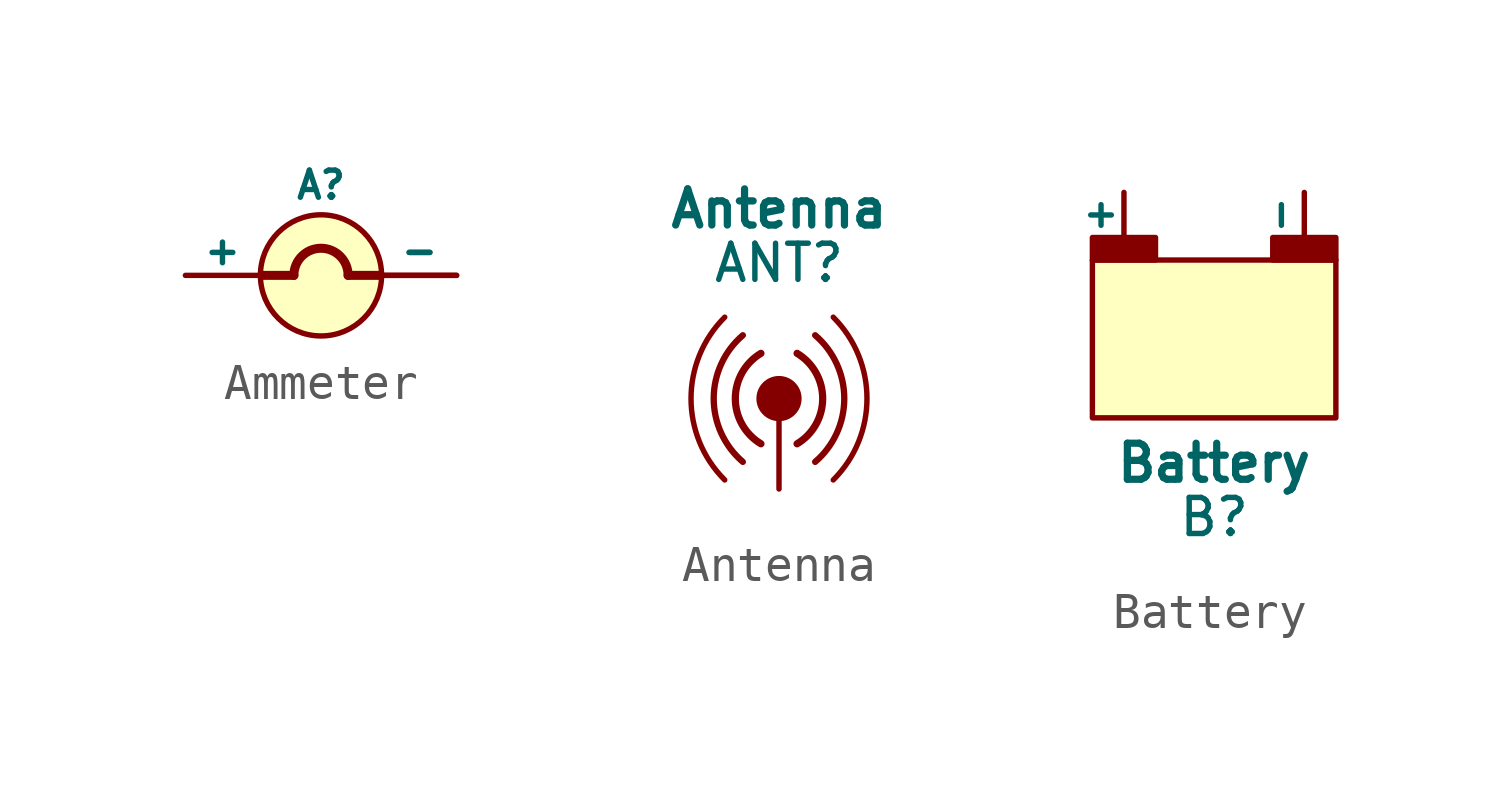
<source format=kicad_sym>
(kicad_symbol_lib
  (version 20231120)
  (generator "kicad_symbol_editor")
  (generator_version "8.0")
  (symbol "Ammeter"
    (pin_numbers hide)
    (pin_names
      (offset 0))
    (property "Reference" "A"
      (at 0 2.54 0)
      (effects (font (size 0.762 0.762) (bold yes))))
    (symbol "Ammeter_0_1"
      (polyline (pts (xy -1.651 0) (xy -0.762 0)) (stroke (width 0.254) (type solid)) (fill (type none)))
      (polyline (pts (xy 0.762 0) (xy 1.651 0)) (stroke (width 0.254) (type solid)) (fill (type none)))
      (arc (start 0.762 0) (mid 0 0.7587) (end -0.762 0) (stroke (width 0.254) (type solid)) (fill (type none))))
    (symbol "Ammeter_1_1"
      (circle (center 0 0) (radius 1.702) (stroke (width 0) (type solid)) (fill (type background)))
      (pin power_out line (at -3.81 0 0) (length 2.083) (name "+" (effects (font (size 0.762 0.762)))) (number "1" (effects (font (size 0.762 0.762)))))
      (pin power_out line (at 3.81 0 180) (length 2.083) (name "-" (effects (font (size 0.762 0.762)))) (number "2" (effects (font (size 0.762 0.762)))))
      (pin power_out line (at 3.81 0 180) (length 2.083) (name "-" (effects (font (size 0.762 0.762)))) (number "2" (effects (font (size 0.762 0.762)))))))
  (symbol "Antenna"
    (pin_numbers hide)
    (pin_names
      (offset 0) hide)
    (property "Reference" "ANT"
      (at 0 3.81 0)
      (effects (font (size 1.016 1.016))))
    (property "Value" "Antenna"
      (at 0 5.334 0)
      (effects (font (size 1.016 1.016) (bold yes))))
    (symbol "Antenna_0_1"
      (arc (start -1.524 2.286) (mid -2.4709 0) (end -1.524 -2.286) (stroke (width 0.1524) (type solid)) (fill (type none)))
      (arc (start -1.016 1.778) (mid -1.8338 0) (end -1.016 -1.778) (stroke (width 0.1778) (type solid)) (fill (type none)))
      (arc (start -0.508 1.27) (mid -1.2271 0) (end -0.508 -1.27) (stroke (width 0.2032) (type solid)) (fill (type none)))
      (circle (center 0 0) (radius 0.559) (stroke (width 0) (type solid)) (fill (type outline)))
      (arc (start 0.508 -1.27) (mid 1.2271 0) (end 0.508 1.27) (stroke (width 0.2032) (type solid)) (fill (type none)))
      (arc (start 1.016 -1.778) (mid 1.8338 0) (end 1.016 1.778) (stroke (width 0.1778) (type solid)) (fill (type none)))
      (arc (start 1.524 -2.286) (mid 2.4709 0) (end 1.524 2.286) (stroke (width 0.1524) (type solid)) (fill (type none))))
    (symbol "Antenna_1_1"
      (pin passive line (at 0 -2.54 90) (length 2.54) (name "1B" (effects (font (size 0.762 0.762)))) (number "2" (effects (font (size 0.762 0.762)))))))
  (symbol "Battery"
    (pin_numbers hide)
    (pin_names
      (offset 0))
    (property "Reference" "B"
      (at 0 -5.334 0)
      (effects (font (size 1.016 1.016))))
    (property "Value" "Battery"
      (at 0 -3.81 0)
      (effects (font (size 1.016 1.016) (bold yes))))
    (symbol "Battery_0_1"
      (rectangle (start -3.429 1.905) (end 3.429 -2.54) (stroke (width 0) (type solid)) (fill (type background)))
      (rectangle (start -3.429 2.54) (end -1.651 1.905) (stroke (width 0) (type solid)) (fill (type outline)))
      (rectangle (start 1.651 2.54) (end 3.429 1.905) (stroke (width 0) (type solid)) (fill (type outline))))
    (symbol "Battery_1_1"
      (pin passive line (at -2.54 3.81 270) (length 1.27) (name "+" (effects (font (size 0.762 0.762)))) (number "1" (effects (font (size 0.762 0.762)))))
      (pin passive line (at 2.54 3.81 270) (length 1.27) (name "-" (effects (font (size 0.762 0.762)))) (number "2" (effects (font (size 0.762 0.762))))))))
</source>
